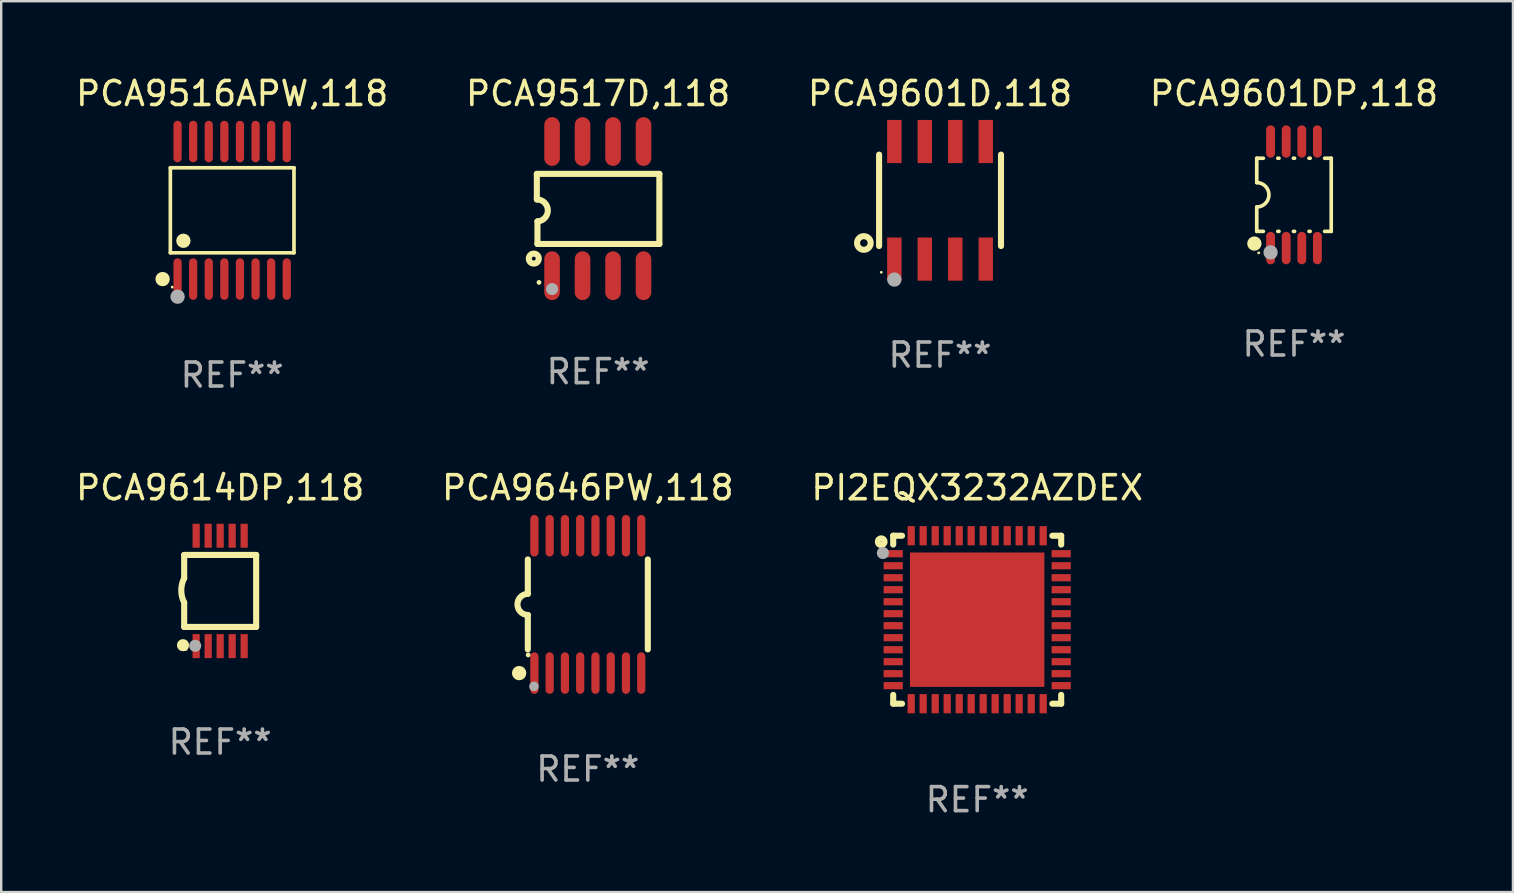
<source format=kicad_pcb>
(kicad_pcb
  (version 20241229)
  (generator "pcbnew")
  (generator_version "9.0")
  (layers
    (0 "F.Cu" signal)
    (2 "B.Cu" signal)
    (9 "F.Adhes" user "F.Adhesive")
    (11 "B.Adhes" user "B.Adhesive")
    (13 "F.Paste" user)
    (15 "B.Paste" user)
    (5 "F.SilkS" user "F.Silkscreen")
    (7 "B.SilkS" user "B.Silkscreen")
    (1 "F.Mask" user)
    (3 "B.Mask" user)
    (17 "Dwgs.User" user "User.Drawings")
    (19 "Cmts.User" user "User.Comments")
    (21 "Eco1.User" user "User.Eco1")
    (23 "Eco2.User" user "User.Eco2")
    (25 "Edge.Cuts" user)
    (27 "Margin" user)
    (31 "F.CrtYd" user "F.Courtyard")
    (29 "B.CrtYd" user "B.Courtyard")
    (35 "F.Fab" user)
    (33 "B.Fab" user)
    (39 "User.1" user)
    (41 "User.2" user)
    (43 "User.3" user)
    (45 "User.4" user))
  (footprint "PI2EQX3232AZDEX"
    (layer "F.Cu")
    (at 37.673 22.776)
    (property "Reference" "PI2EQX3232AZDEX" (at 0 -5.5 0) (layer "F.SilkS") (effects (font (size 1 1) (thickness 0.15))))
    (attr through_hole)
    (fp_line (start -3.5 -3.5) (end -3.132 -3.5) (stroke (width 0.254) (type solid)) (layer "F.SilkS"))
    (fp_line (start -3.5 -3.132) (end -3.5 -3.5) (stroke (width 0.254) (type solid)) (layer "F.SilkS"))
    (fp_line (start -3.5 3.5) (end -3.5 3.13) (stroke (width 0.254) (type solid)) (layer "F.SilkS"))
    (fp_line (start -3.132 3.5) (end -3.5 3.5) (stroke (width 0.254) (type solid)) (layer "F.SilkS"))
    (fp_line (start 3.132 -3.5) (end 3.5 -3.5) (stroke (width 0.254) (type solid)) (layer "F.SilkS"))
    (fp_line (start 3.5 -3.5) (end 3.5 -3.132) (stroke (width 0.254) (type solid)) (layer "F.SilkS"))
    (fp_line (start 3.5 3.13) (end 3.5 3.5) (stroke (width 0.254) (type solid)) (layer "F.SilkS"))
    (fp_line (start 3.5 3.5) (end 3.132 3.5) (stroke (width 0.254) (type solid)) (layer "F.SilkS"))
    (fp_circle (center -4 -3.25) (end -3.859 -3.25) (stroke (width 0.254) (type solid)) (fill no) (layer "F.SilkS"))
    (fp_circle (center -3.5 -3.501) (end -3.47 -3.501) (stroke (width 0.06) (type solid)) (fill no) (layer "F.SilkS"))
    (fp_circle (center -3.93 -2.78) (end -3.803 -2.78) (stroke (width 0.254) (type solid)) (fill no) (layer "F.Fab"))
    (fp_text user "REF**" (at 0 7.5 0) (layer "F.Fab") (effects (font (size 1 1) (thickness 0.15))))
    (pad "1" smd rect (at -3.5 -2.751 270) (size 0.3 0.8) (layers "F.Cu" "F.Mask" "F.Paste"))
    (pad "2" smd rect (at -3.5 -2.25 270) (size 0.3 0.8) (layers "F.Cu" "F.Mask" "F.Paste"))
    (pad "3" smd rect (at -3.5 -1.75 270) (size 0.3 0.8) (layers "F.Cu" "F.Mask" "F.Paste"))
    (pad "4" smd rect (at -3.5 -1.251 270) (size 0.3 0.8) (layers "F.Cu" "F.Mask" "F.Paste"))
    (pad "5" smd rect (at -3.5 -0.75 270) (size 0.3 0.8) (layers "F.Cu" "F.Mask" "F.Paste"))
    (pad "6" smd rect (at -3.5 -0.251 270) (size 0.3 0.8) (layers "F.Cu" "F.Mask" "F.Paste"))
    (pad "7" smd rect (at -3.5 0.249 270) (size 0.3 0.8) (layers "F.Cu" "F.Mask" "F.Paste"))
    (pad "8" smd rect (at -3.5 0.749 270) (size 0.3 0.8) (layers "F.Cu" "F.Mask" "F.Paste"))
    (pad "9" smd rect (at -3.5 1.25 270) (size 0.3 0.8) (layers "F.Cu" "F.Mask" "F.Paste"))
    (pad "10" smd rect (at -3.5 1.75 270) (size 0.3 0.8) (layers "F.Cu" "F.Mask" "F.Paste"))
    (pad "11" smd rect (at -3.5 2.249 270) (size 0.3 0.8) (layers "F.Cu" "F.Mask" "F.Paste"))
    (pad "12" smd rect (at -3.5 2.748 270) (size 0.3 0.8) (layers "F.Cu" "F.Mask" "F.Paste"))
    (pad "13" smd rect (at -2.751 3.5 180) (size 0.3 0.8) (layers "F.Cu" "F.Mask" "F.Paste"))
    (pad "14" smd rect (at -2.251 3.5 180) (size 0.3 0.8) (layers "F.Cu" "F.Mask" "F.Paste"))
    (pad "15" smd rect (at -1.75 3.5 180) (size 0.3 0.8) (layers "F.Cu" "F.Mask" "F.Paste"))
    (pad "16" smd rect (at -1.25 3.5 180) (size 0.3 0.8) (layers "F.Cu" "F.Mask" "F.Paste"))
    (pad "17" smd rect (at -0.749 3.5 180) (size 0.3 0.8) (layers "F.Cu" "F.Mask" "F.Paste"))
    (pad "18" smd rect (at -0.25 3.5 180) (size 0.3 0.8) (layers "F.Cu" "F.Mask" "F.Paste"))
    (pad "19" smd rect (at 0.249 3.5 180) (size 0.3 0.8) (layers "F.Cu" "F.Mask" "F.Paste"))
    (pad "20" smd rect (at 0.749 3.5 180) (size 0.3 0.8) (layers "F.Cu" "F.Mask" "F.Paste"))
    (pad "21" smd rect (at 1.25 3.5 180) (size 0.3 0.8) (layers "F.Cu" "F.Mask" "F.Paste"))
    (pad "22" smd rect (at 1.75 3.5 180) (size 0.3 0.8) (layers "F.Cu" "F.Mask" "F.Paste"))
    (pad "23" smd rect (at 2.251 3.5 180) (size 0.3 0.8) (layers "F.Cu" "F.Mask" "F.Paste"))
    (pad "24" smd rect (at 2.751 3.5 180) (size 0.3 0.8) (layers "F.Cu" "F.Mask" "F.Paste"))
    (pad "25" smd rect (at 3.5 2.748 270) (size 0.3 0.8) (layers "F.Cu" "F.Mask" "F.Paste"))
    (pad "26" smd rect (at 3.5 2.249 270) (size 0.3 0.8) (layers "F.Cu" "F.Mask" "F.Paste"))
    (pad "27" smd rect (at 3.5 1.75 270) (size 0.3 0.8) (layers "F.Cu" "F.Mask" "F.Paste"))
    (pad "28" smd rect (at 3.5 1.25 270) (size 0.3 0.8) (layers "F.Cu" "F.Mask" "F.Paste"))
    (pad "29" smd rect (at 3.5 0.749 270) (size 0.3 0.8) (layers "F.Cu" "F.Mask" "F.Paste"))
    (pad "30" smd rect (at 3.5 0.249 270) (size 0.3 0.8) (layers "F.Cu" "F.Mask" "F.Paste"))
    (pad "31" smd rect (at 3.5 -0.251 270) (size 0.3 0.8) (layers "F.Cu" "F.Mask" "F.Paste"))
    (pad "32" smd rect (at 3.5 -0.75 270) (size 0.3 0.8) (layers "F.Cu" "F.Mask" "F.Paste"))
    (pad "33" smd rect (at 3.5 -1.251 270) (size 0.3 0.8) (layers "F.Cu" "F.Mask" "F.Paste"))
    (pad "34" smd rect (at 3.5 -1.75 270) (size 0.3 0.8) (layers "F.Cu" "F.Mask" "F.Paste"))
    (pad "35" smd rect (at 3.5 -2.25 270) (size 0.3 0.8) (layers "F.Cu" "F.Mask" "F.Paste"))
    (pad "36" smd rect (at 3.5 -2.751 270) (size 0.3 0.8) (layers "F.Cu" "F.Mask" "F.Paste"))
    (pad "37" smd rect (at 2.751 -3.5 180) (size 0.3 0.8) (layers "F.Cu" "F.Mask" "F.Paste"))
    (pad "38" smd rect (at 2.251 -3.5 180) (size 0.3 0.8) (layers "F.Cu" "F.Mask" "F.Paste"))
    (pad "39" smd rect (at 1.75 -3.5 180) (size 0.3 0.8) (layers "F.Cu" "F.Mask" "F.Paste"))
    (pad "40" smd rect (at 1.25 -3.5 180) (size 0.3 0.8) (layers "F.Cu" "F.Mask" "F.Paste"))
    (pad "41" smd rect (at 0.749 -3.5 180) (size 0.3 0.8) (layers "F.Cu" "F.Mask" "F.Paste"))
    (pad "42" smd rect (at 0.25 -3.5 180) (size 0.3 0.8) (layers "F.Cu" "F.Mask" "F.Paste"))
    (pad "43" smd rect (at -0.25 -3.5 180) (size 0.3 0.8) (layers "F.Cu" "F.Mask" "F.Paste"))
    (pad "44" smd rect (at -0.749 -3.5 180) (size 0.3 0.8) (layers "F.Cu" "F.Mask" "F.Paste"))
    (pad "45" smd rect (at -1.25 -3.5 180) (size 0.3 0.8) (layers "F.Cu" "F.Mask" "F.Paste"))
    (pad "46" smd rect (at -1.75 -3.5 180) (size 0.3 0.8) (layers "F.Cu" "F.Mask" "F.Paste"))
    (pad "47" smd rect (at -2.251 -3.5 180) (size 0.3 0.8) (layers "F.Cu" "F.Mask" "F.Paste"))
    (pad "48" smd rect (at -2.751 -3.5 180) (size 0.3 0.8) (layers "F.Cu" "F.Mask" "F.Paste"))
    (pad "49" smd rect (at 0.000127 -0.001 180) (size 5.6 5.6) (layers "F.Cu" "F.Mask" "F.Paste")))
  (footprint "PCA9517D,118"
    (layer "F.Cu")
    (at 21.875 5.644)
    (property "Reference" "PCA9517D,118" (at 0 -4.796 0) (layer "F.SilkS") (effects (font (size 1 1) (thickness 0.15))))
    (attr through_hole)
    (fp_line (start -2.553 -1.448) (end 2.553 -1.448) (stroke (width 0.254) (type solid)) (layer "F.SilkS"))
    (fp_line (start -2.553 -0.382) (end -2.553 -1.448) (stroke (width 0.254) (type solid)) (layer "F.SilkS"))
    (fp_line (start -2.527 1.473) (end -2.527 0.533) (stroke (width 0.254) (type solid)) (layer "F.SilkS"))
    (fp_line (start -2.502 1.473) (end -2.527 1.473) (stroke (width 0.254) (type solid)) (layer "F.SilkS"))
    (fp_line (start 2.553 -1.448) (end 2.553 1.473) (stroke (width 0.254) (type solid)) (layer "F.SilkS"))
    (fp_line (start 2.553 1.473) (end -2.502 1.473) (stroke (width 0.254) (type solid)) (layer "F.SilkS"))
    (fp_arc (start -2.552705 -0.381966) (mid -2.094969 0.063238) (end -2.527305 0.533147) (stroke (width 0.254001) (type solid)) (layer "F.SilkS"))
    (fp_circle (center -2.68 2.083) (end -2.599 2.083) (stroke (width 0.254) (type solid)) (fill no) (layer "F.SilkS"))
    (fp_circle (center -2.463 3.076) (end -2.413 3.076) (stroke (width 0.1) (type solid)) (fill no) (layer "F.SilkS"))
    (fp_circle (center -1.918 3.353) (end -1.791 3.353) (stroke (width 0.254) (type solid)) (fill no) (layer "F.Fab"))
    (fp_text user "REF**" (at 0 6.796 0) (layer "F.Fab") (effects (font (size 1 1) (thickness 0.15))))
    (pad "1" smd oval (at -1.918 2.796) (size 0.65 2.032) (layers "F.Cu" "F.Mask" "F.Paste"))
    (pad "2" smd oval (at -0.648 2.796) (size 0.65 2.032) (layers "F.Cu" "F.Mask" "F.Paste"))
    (pad "3" smd oval (at 0.622 2.796) (size 0.65 2.032) (layers "F.Cu" "F.Mask" "F.Paste"))
    (pad "4" smd oval (at 1.892 2.796) (size 0.65 2.032) (layers "F.Cu" "F.Mask" "F.Paste"))
    (pad "5" smd oval (at 1.892 -2.796) (size 0.65 2.032) (layers "F.Cu" "F.Mask" "F.Paste"))
    (pad "6" smd oval (at 0.622 -2.796) (size 0.65 2.032) (layers "F.Cu" "F.Mask" "F.Paste"))
    (pad "7" smd oval (at -0.648 -2.796) (size 0.65 2.032) (layers "F.Cu" "F.Mask" "F.Paste"))
    (pad "8" smd oval (at -1.918 -2.796) (size 0.65 2.032) (layers "F.Cu" "F.Mask" "F.Paste")))
  (footprint "PCA9601D,118"
    (layer "F.Cu")
    (at 36.125 5.298)
    (property "Reference" "PCA9601D,118" (at 0 -4.45 0) (layer "F.SilkS") (effects (font (size 1 1) (thickness 0.15))))
    (attr through_hole)
    (fp_line (start -2.54 -1.905) (end -2.54 1.905) (stroke (width 0.254) (type solid)) (layer "F.SilkS"))
    (fp_line (start 2.54 -1.905) (end 2.54 1.905) (stroke (width 0.254) (type solid)) (layer "F.SilkS"))
    (fp_circle (center -3.175 1.778) (end -2.891 1.778) (stroke (width 0.254) (type solid)) (fill no) (layer "F.SilkS"))
    (fp_circle (center -2.45 3) (end -2.42 3) (stroke (width 0.06) (type solid)) (fill no) (layer "F.SilkS"))
    (fp_circle (center -1.905 3.302) (end -1.755 3.302) (stroke (width 0.3) (type solid)) (fill no) (layer "F.Fab"))
    (fp_text user "REF**" (at 0 6.45 0) (layer "F.Fab") (effects (font (size 1 1) (thickness 0.15))))
    (pad "1" smd rect (at -1.905 2.45) (size 0.6 1.8) (layers "F.Cu" "F.Mask" "F.Paste"))
    (pad "2" smd rect (at -0.635 2.45) (size 0.6 1.8) (layers "F.Cu" "F.Mask" "F.Paste"))
    (pad "3" smd rect (at 0.635 2.45) (size 0.6 1.8) (layers "F.Cu" "F.Mask" "F.Paste"))
    (pad "4" smd rect (at 1.905 2.45) (size 0.6 1.8) (layers "F.Cu" "F.Mask" "F.Paste"))
    (pad "5" smd rect (at 1.905 -2.45 180) (size 0.6 1.8) (layers "F.Cu" "F.Mask" "F.Paste"))
    (pad "6" smd rect (at 0.635 -2.45 180) (size 0.6 1.8) (layers "F.Cu" "F.Mask" "F.Paste"))
    (pad "7" smd rect (at -0.635 -2.45 180) (size 0.6 1.8) (layers "F.Cu" "F.Mask" "F.Paste"))
    (pad "8" smd rect (at -1.905 -2.45 180) (size 0.6 1.8) (layers "F.Cu" "F.Mask" "F.Paste")))
  (footprint "PCA9601DP,118"
    (layer "F.Cu")
    (at 50.875 5.068)
    (property "Reference" "PCA9601DP,118" (at 0 -4.22 0) (layer "F.SilkS") (effects (font (size 1 1) (thickness 0.15))))
    (attr through_hole)
    (fp_line (start -1.552 -1.524) (end -1.276 -1.524) (stroke (width 0.152) (type solid)) (layer "F.SilkS"))
    (fp_line (start -1.552 -0.508) (end -1.552 -1.524) (stroke (width 0.152) (type solid)) (layer "F.SilkS"))
    (fp_line (start -1.552 1.524) (end -1.552 0.508) (stroke (width 0.152) (type solid)) (layer "F.SilkS"))
    (fp_line (start -1.552 1.524) (end -1.276 1.524) (stroke (width 0.152) (type solid)) (layer "F.SilkS"))
    (fp_line (start -0.674 -1.524) (end -0.626 -1.524) (stroke (width 0.152) (type solid)) (layer "F.SilkS"))
    (fp_line (start -0.674 1.524) (end -0.626 1.524) (stroke (width 0.152) (type solid)) (layer "F.SilkS"))
    (fp_line (start -0.024 -1.524) (end 0.024 -1.524) (stroke (width 0.152) (type solid)) (layer "F.SilkS"))
    (fp_line (start -0.024 1.524) (end 0.024 1.524) (stroke (width 0.152) (type solid)) (layer "F.SilkS"))
    (fp_line (start 0.626 -1.524) (end 0.674 -1.524) (stroke (width 0.152) (type solid)) (layer "F.SilkS"))
    (fp_line (start 0.626 1.524) (end 0.674 1.524) (stroke (width 0.152) (type solid)) (layer "F.SilkS"))
    (fp_line (start 1.276 1.524) (end 1.552 1.524) (stroke (width 0.152) (type solid)) (layer "F.SilkS"))
    (fp_line (start 1.276 -1.524) (end 1.552 -1.524) (stroke (width 0.152) (type solid)) (layer "F.SilkS"))
    (fp_line (start 1.552 -1.524) (end 1.552 1.524) (stroke (width 0.152) (type solid)) (layer "F.SilkS"))
    (fp_arc (start -1.551943 -0.508001) (mid -1.043942 0) (end -1.551943 0.508001) (stroke (width 0.151994) (type solid)) (layer "F.SilkS"))
    (fp_circle (center -1.651 2.032) (end -1.501 2.032) (stroke (width 0.3) (type solid)) (fill no) (layer "F.SilkS"))
    (fp_circle (center -1.47 2.42) (end -1.44 2.42) (stroke (width 0.06) (type solid)) (fill no) (layer "F.SilkS"))
    (fp_circle (center -0.975 2.4) (end -0.825 2.4) (stroke (width 0.3) (type solid)) (fill no) (layer "F.Fab"))
    (fp_text user "REF**" (at 0 6.22 0) (layer "F.Fab") (effects (font (size 1 1) (thickness 0.15))))
    (pad "1" smd oval (at -0.975 2.22) (size 0.37 1.35) (layers "F.Cu" "F.Mask" "F.Paste"))
    (pad "2" smd oval (at -0.325 2.22) (size 0.37 1.35) (layers "F.Cu" "F.Mask" "F.Paste"))
    (pad "3" smd oval (at 0.325 2.22) (size 0.37 1.35) (layers "F.Cu" "F.Mask" "F.Paste"))
    (pad "4" smd oval (at 0.975 2.22) (size 0.37 1.35) (layers "F.Cu" "F.Mask" "F.Paste"))
    (pad "5" smd oval (at 0.975 -2.22) (size 0.37 1.35) (layers "F.Cu" "F.Mask" "F.Paste"))
    (pad "6" smd oval (at 0.325 -2.22) (size 0.37 1.35) (layers "F.Cu" "F.Mask" "F.Paste"))
    (pad "7" smd oval (at -0.325 -2.22) (size 0.37 1.35) (layers "F.Cu" "F.Mask" "F.Paste"))
    (pad "8" smd oval (at -0.975 -2.22) (size 0.37 1.35) (layers "F.Cu" "F.Mask" "F.Paste")))
  (footprint "PCA9646PW,118"
    (layer "F.Cu")
    (at 21.446 22.138)
    (property "Reference" "PCA9646PW,118" (at 0 -4.862 0) (layer "F.SilkS") (effects (font (size 1 1) (thickness 0.15))))
    (attr through_hole)
    (fp_line (start -2.5 -1.874) (end -2.5 -0.439) (stroke (width 0.254) (type solid)) (layer "F.SilkS"))
    (fp_line (start -2.5 1.874) (end -2.5 0.439) (stroke (width 0.254) (type solid)) (layer "F.SilkS"))
    (fp_line (start 2.5 -1.874) (end 2.5 1.874) (stroke (width 0.254) (type solid)) (layer "F.SilkS"))
    (fp_arc (start -2.5 0.438989) (mid -2.938633 -0.000597) (end -2.499365 -0.439547) (stroke (width 0.254001) (type solid)) (layer "F.SilkS"))
    (fp_circle (center -2.862 2.862) (end -2.712 2.862) (stroke (width 0.3) (type solid)) (fill no) (layer "F.SilkS"))
    (fp_circle (center -2.486 2.106) (end -2.436 2.106) (stroke (width 0.1) (type solid)) (fill no) (layer "F.SilkS"))
    (fp_circle (center -2.244 3.416) (end -2.144 3.416) (stroke (width 0.2) (type solid)) (fill no) (layer "F.Fab"))
    (fp_text user "REF**" (at 0 6.862 0) (layer "F.Fab") (effects (font (size 1 1) (thickness 0.15))))
    (pad "1" smd oval (at -2.226 2.862) (size 0.343 1.731) (layers "F.Cu" "F.Mask" "F.Paste"))
    (pad "2" smd oval (at -1.59 2.862) (size 0.343 1.731) (layers "F.Cu" "F.Mask" "F.Paste"))
    (pad "3" smd oval (at -0.954 2.862) (size 0.343 1.731) (layers "F.Cu" "F.Mask" "F.Paste"))
    (pad "4" smd oval (at -0.318 2.862) (size 0.343 1.731) (layers "F.Cu" "F.Mask" "F.Paste"))
    (pad "5" smd oval (at 0.318 2.862) (size 0.343 1.731) (layers "F.Cu" "F.Mask" "F.Paste"))
    (pad "6" smd oval (at 0.954 2.862) (size 0.343 1.731) (layers "F.Cu" "F.Mask" "F.Paste"))
    (pad "7" smd oval (at 1.59 2.862) (size 0.343 1.731) (layers "F.Cu" "F.Mask" "F.Paste"))
    (pad "8" smd oval (at 2.226 2.862) (size 0.343 1.731) (layers "F.Cu" "F.Mask" "F.Paste"))
    (pad "9" smd oval (at 2.226 -2.862) (size 0.343 1.731) (layers "F.Cu" "F.Mask" "F.Paste"))
    (pad "10" smd oval (at 1.59 -2.862) (size 0.343 1.731) (layers "F.Cu" "F.Mask" "F.Paste"))
    (pad "11" smd oval (at 0.954 -2.862) (size 0.343 1.731) (layers "F.Cu" "F.Mask" "F.Paste"))
    (pad "12" smd oval (at 0.318 -2.862) (size 0.343 1.731) (layers "F.Cu" "F.Mask" "F.Paste"))
    (pad "13" smd oval (at -0.318 -2.862) (size 0.343 1.731) (layers "F.Cu" "F.Mask" "F.Paste"))
    (pad "14" smd oval (at -0.954 -2.862) (size 0.343 1.731) (layers "F.Cu" "F.Mask" "F.Paste"))
    (pad "15" smd oval (at -1.59 -2.862) (size 0.343 1.731) (layers "F.Cu" "F.Mask" "F.Paste"))
    (pad "16" smd oval (at -2.226 -2.862) (size 0.343 1.731) (layers "F.Cu" "F.Mask" "F.Paste")))
  (footprint "PCA9516APW,118"
    (layer "F.Cu")
    (at 6.625 5.714)
    (property "Reference" "PCA9516APW,118" (at 0 -4.866 0) (layer "F.SilkS") (effects (font (size 1 1) (thickness 0.15))))
    (attr through_hole)
    (fp_line (start -2.576 -1.772) (end 2.576 -1.772) (stroke (width 0.152) (type solid)) (layer "F.SilkS"))
    (fp_line (start -2.576 1.771) (end -2.576 -1.772) (stroke (width 0.152) (type solid)) (layer "F.SilkS"))
    (fp_line (start 2.576 -1.772) (end 2.576 1.771) (stroke (width 0.152) (type solid)) (layer "F.SilkS"))
    (fp_line (start 2.576 1.771) (end -2.576 1.771) (stroke (width 0.152) (type solid)) (layer "F.SilkS"))
    (fp_circle (center -2.899 2.866) (end -2.749 2.866) (stroke (width 0.3) (type solid)) (fill no) (layer "F.SilkS"))
    (fp_circle (center -2.5 3.2) (end -2.47 3.2) (stroke (width 0.06) (type solid)) (fill no) (layer "F.SilkS"))
    (fp_circle (center -2.032 1.27) (end -1.882 1.27) (stroke (width 0.3) (type solid)) (fill no) (layer "F.SilkS"))
    (fp_circle (center -2.275 3.6) (end -2.125 3.6) (stroke (width 0.3) (type solid)) (fill no) (layer "F.Fab"))
    (fp_text user "REF**" (at 0 6.866 0) (layer "F.Fab") (effects (font (size 1 1) (thickness 0.15))))
    (pad "1" smd oval (at -2.275 2.866) (size 0.343 1.731) (layers "F.Cu" "F.Mask" "F.Paste"))
    (pad "2" smd oval (at -1.625 2.866) (size 0.343 1.731) (layers "F.Cu" "F.Mask" "F.Paste"))
    (pad "3" smd oval (at -0.975 2.866) (size 0.343 1.731) (layers "F.Cu" "F.Mask" "F.Paste"))
    (pad "4" smd oval (at -0.325 2.866) (size 0.343 1.731) (layers "F.Cu" "F.Mask" "F.Paste"))
    (pad "5" smd oval (at 0.325 2.866) (size 0.343 1.731) (layers "F.Cu" "F.Mask" "F.Paste"))
    (pad "6" smd oval (at 0.975 2.866) (size 0.343 1.731) (layers "F.Cu" "F.Mask" "F.Paste"))
    (pad "7" smd oval (at 1.625 2.866) (size 0.343 1.731) (layers "F.Cu" "F.Mask" "F.Paste"))
    (pad "8" smd oval (at 2.275 2.866) (size 0.343 1.731) (layers "F.Cu" "F.Mask" "F.Paste"))
    (pad "9" smd oval (at 2.275 -2.866) (size 0.343 1.731) (layers "F.Cu" "F.Mask" "F.Paste"))
    (pad "10" smd oval (at 1.625 -2.866) (size 0.343 1.731) (layers "F.Cu" "F.Mask" "F.Paste"))
    (pad "11" smd oval (at 0.975 -2.866) (size 0.343 1.731) (layers "F.Cu" "F.Mask" "F.Paste"))
    (pad "12" smd oval (at 0.325 -2.866) (size 0.343 1.731) (layers "F.Cu" "F.Mask" "F.Paste"))
    (pad "13" smd oval (at -0.325 -2.866) (size 0.343 1.731) (layers "F.Cu" "F.Mask" "F.Paste"))
    (pad "14" smd oval (at -0.975 -2.866) (size 0.343 1.731) (layers "F.Cu" "F.Mask" "F.Paste"))
    (pad "15" smd oval (at -1.625 -2.866) (size 0.343 1.731) (layers "F.Cu" "F.Mask" "F.Paste"))
    (pad "16" smd oval (at -2.275 -2.866) (size 0.343 1.731) (layers "F.Cu" "F.Mask" "F.Paste")))
  (footprint "PCA9614DP,118"
    (layer "F.Cu")
    (at 6.125 21.576)
    (property "Reference" "PCA9614DP,118" (at 0 -4.3 0) (layer "F.SilkS") (effects (font (size 1 1) (thickness 0.15))))
    (attr through_hole)
    (fp_line (start -1.5 -1.5) (end -1.5 -0.533) (stroke (width 0.254) (type solid)) (layer "F.SilkS"))
    (fp_line (start -1.5 -1.5) (end 1.5 -1.5) (stroke (width 0.254) (type solid)) (layer "F.SilkS"))
    (fp_line (start -1.5 1.5) (end -1.5 0.483) (stroke (width 0.254) (type solid)) (layer "F.SilkS"))
    (fp_line (start -1.5 1.5) (end 1.5 1.5) (stroke (width 0.254) (type solid)) (layer "F.SilkS"))
    (fp_line (start 1.5 1.5) (end 1.5 -1.5) (stroke (width 0.254) (type solid)) (layer "F.SilkS"))
    (fp_arc (start -1.501015 0.483109) (mid -1.620651 -0.025266) (end -1.5 -0.533401) (stroke (width 0.254001) (type solid)) (layer "F.SilkS"))
    (fp_circle (center -1.549 2.261) (end -1.422 2.261) (stroke (width 0.254) (type solid)) (fill no) (layer "F.SilkS"))
    (fp_circle (center -1.45 2.4) (end -1.4 2.4) (stroke (width 0.1) (type solid)) (fill no) (layer "F.SilkS"))
    (fp_circle (center -1.041 2.286) (end -0.914 2.286) (stroke (width 0.254) (type solid)) (fill no) (layer "F.Fab"))
    (fp_text user "REF**" (at 0 6.3 0) (layer "F.Fab") (effects (font (size 1 1) (thickness 0.15))))
    (pad "1" smd rect (at -1 2.3 90) (size 1 0.3) (layers "F.Cu" "F.Mask" "F.Paste"))
    (pad "2" smd rect (at -0.5 2.3 90) (size 1 0.3) (layers "F.Cu" "F.Mask" "F.Paste"))
    (pad "3" smd rect (at 0.000127 2.3 90) (size 1 0.3) (layers "F.Cu" "F.Mask" "F.Paste"))
    (pad "4" smd rect (at 0.5 2.3 90) (size 1 0.3) (layers "F.Cu" "F.Mask" "F.Paste"))
    (pad "5" smd rect (at 1 2.3 90) (size 1 0.3) (layers "F.Cu" "F.Mask" "F.Paste"))
    (pad "6" smd rect (at 1 -2.3 270) (size 1 0.3) (layers "F.Cu" "F.Mask" "F.Paste"))
    (pad "7" smd rect (at 0.5 -2.3 90) (size 1 0.3) (layers "F.Cu" "F.Mask" "F.Paste"))
    (pad "8" smd rect (at 0.000127 -2.3 90) (size 1 0.3) (layers "F.Cu" "F.Mask" "F.Paste"))
    (pad "9" smd rect (at -0.5 -2.3 90) (size 1 0.3) (layers "F.Cu" "F.Mask" "F.Paste"))
    (pad "10" smd rect (at -1 -2.3 90) (size 1 0.3) (layers "F.Cu" "F.Mask" "F.Paste")))
  (gr_rect
    (start -3 -3)
    (end 60 34.125)
    (stroke (width 0.1) (type default))
    (fill no)
    (layer "Edge.Cuts")))
</source>
